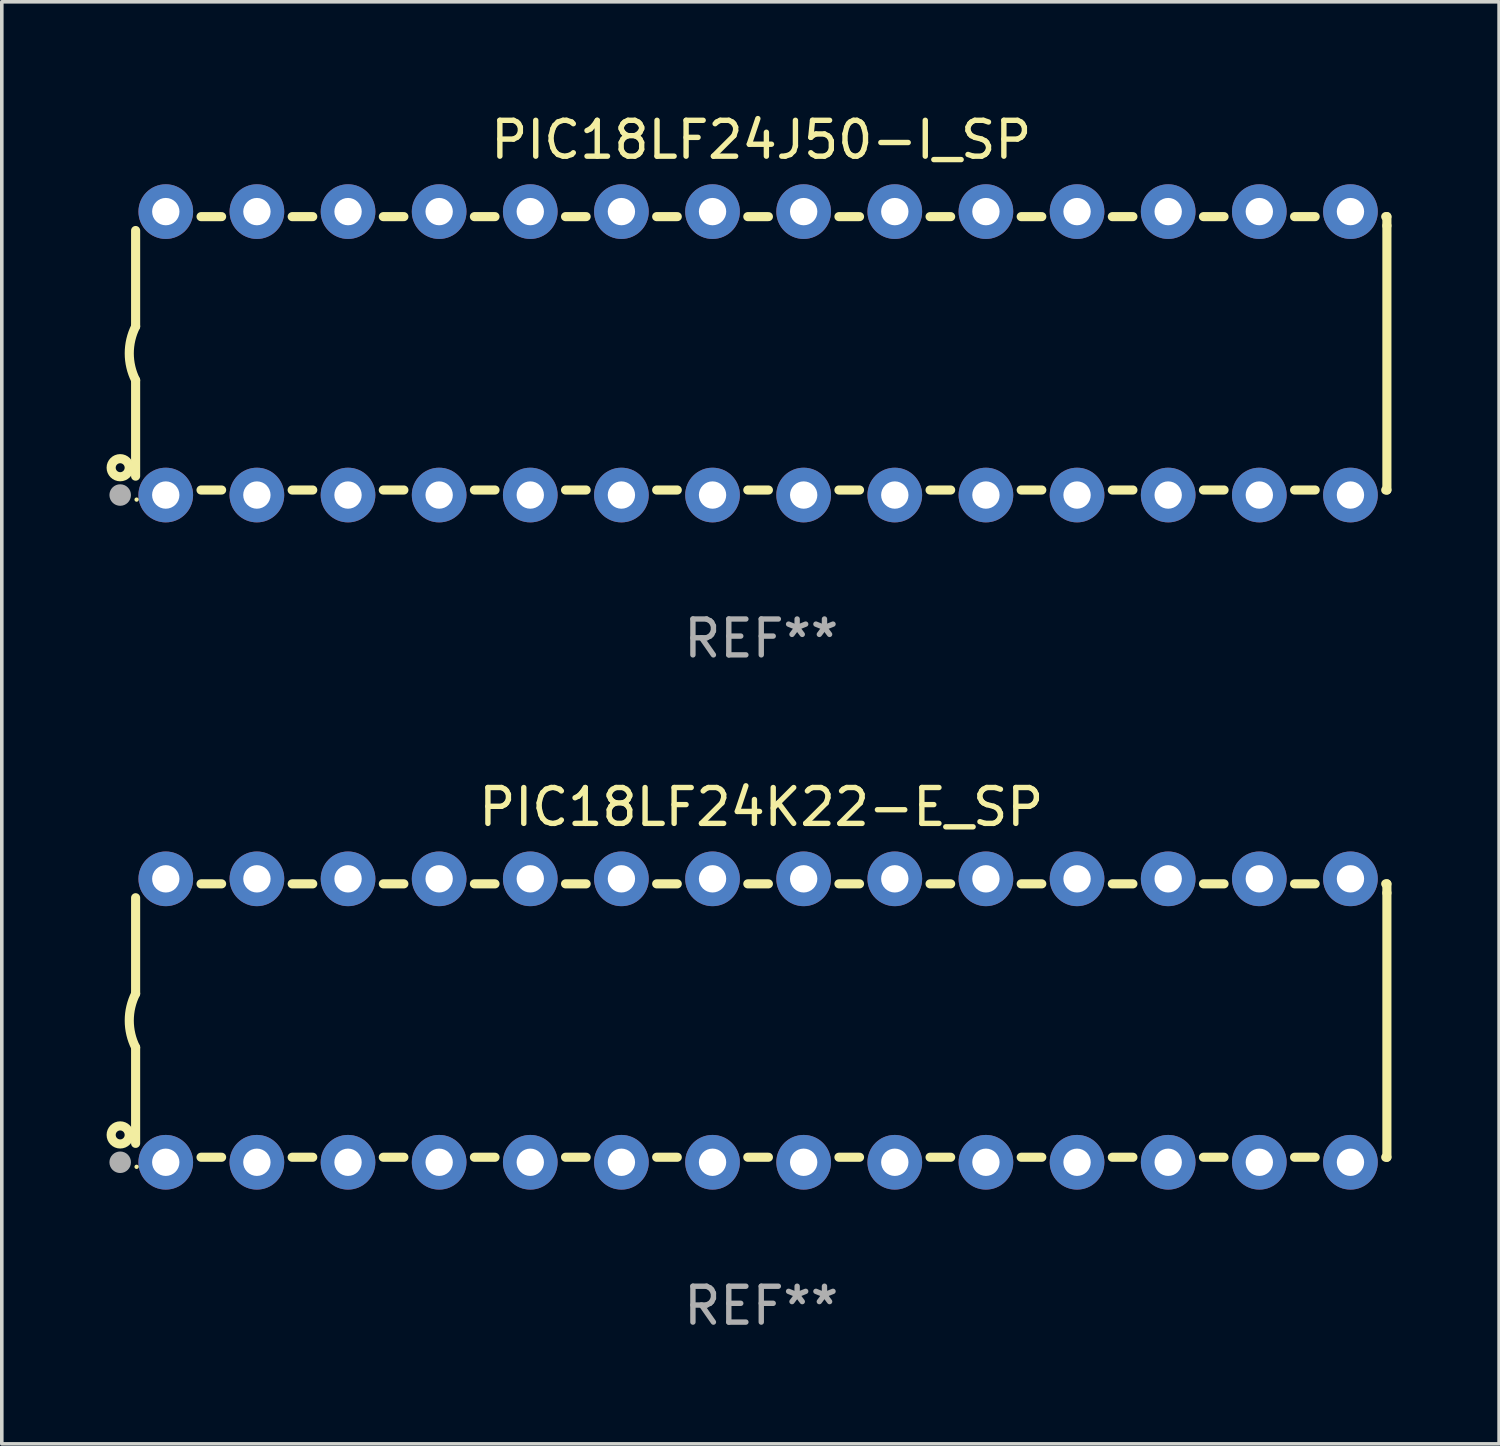
<source format=kicad_pcb>
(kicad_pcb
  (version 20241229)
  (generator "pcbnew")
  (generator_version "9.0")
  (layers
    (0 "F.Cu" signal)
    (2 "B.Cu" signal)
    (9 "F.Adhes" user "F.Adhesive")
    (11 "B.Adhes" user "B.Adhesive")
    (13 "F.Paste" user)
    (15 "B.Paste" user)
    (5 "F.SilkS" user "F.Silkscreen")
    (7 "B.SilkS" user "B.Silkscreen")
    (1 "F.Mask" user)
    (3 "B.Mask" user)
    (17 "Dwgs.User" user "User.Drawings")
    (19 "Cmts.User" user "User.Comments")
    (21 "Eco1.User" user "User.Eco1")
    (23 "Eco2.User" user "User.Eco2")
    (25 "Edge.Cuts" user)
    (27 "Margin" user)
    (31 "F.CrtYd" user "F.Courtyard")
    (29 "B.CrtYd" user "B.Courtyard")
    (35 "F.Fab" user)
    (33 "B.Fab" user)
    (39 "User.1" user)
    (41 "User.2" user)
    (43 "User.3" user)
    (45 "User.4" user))
  (footprint "PIC18LF24K22-E_SP"
    (layer "F.Cu")
    (at 18.168 25.395)
    (property "Reference" "PIC18LF24K22-E_SP" (at 0 -5.95 0) (layer "F.SilkS") (effects (font (size 1 1) (thickness 0.15))))
    (attr through_hole)
    (fp_line (start -17.438 0.75) (end -17.438 3.423) (stroke (width 0.254) (type solid)) (layer "F.SilkS"))
    (fp_line (start -17.438 -3.423) (end -17.438 -0.75) (stroke (width 0.254) (type solid)) (layer "F.SilkS"))
    (fp_line (start -15.615 3.81) (end -15.041 3.81) (stroke (width 0.254) (type solid)) (layer "F.SilkS"))
    (fp_line (start -15.041 -3.81) (end -15.614 -3.81) (stroke (width 0.254) (type solid)) (layer "F.SilkS"))
    (fp_line (start -13.075 3.81) (end -12.501 3.81) (stroke (width 0.254) (type solid)) (layer "F.SilkS"))
    (fp_line (start -12.501 -3.81) (end -13.074 -3.81) (stroke (width 0.254) (type solid)) (layer "F.SilkS"))
    (fp_line (start -10.535 3.81) (end -9.961 3.81) (stroke (width 0.254) (type solid)) (layer "F.SilkS"))
    (fp_line (start -9.961 -3.81) (end -10.534 -3.81) (stroke (width 0.254) (type solid)) (layer "F.SilkS"))
    (fp_line (start -7.995 3.81) (end -7.421 3.81) (stroke (width 0.254) (type solid)) (layer "F.SilkS"))
    (fp_line (start -7.421 -3.81) (end -7.995 -3.81) (stroke (width 0.254) (type solid)) (layer "F.SilkS"))
    (fp_line (start -5.455 3.81) (end -4.881 3.81) (stroke (width 0.254) (type solid)) (layer "F.SilkS"))
    (fp_line (start -4.881 -3.81) (end -5.455 -3.81) (stroke (width 0.254) (type solid)) (layer "F.SilkS"))
    (fp_line (start -2.915 3.81) (end -2.341 3.81) (stroke (width 0.254) (type solid)) (layer "F.SilkS"))
    (fp_line (start -2.341 -3.81) (end -2.915 -3.81) (stroke (width 0.254) (type solid)) (layer "F.SilkS"))
    (fp_line (start -0.375 3.81) (end 0.199 3.81) (stroke (width 0.254) (type solid)) (layer "F.SilkS"))
    (fp_line (start 0.199 -3.81) (end -0.375 -3.81) (stroke (width 0.254) (type solid)) (layer "F.SilkS"))
    (fp_line (start 2.165 3.81) (end 2.739 3.81) (stroke (width 0.254) (type solid)) (layer "F.SilkS"))
    (fp_line (start 2.739 -3.81) (end 2.165 -3.81) (stroke (width 0.254) (type solid)) (layer "F.SilkS"))
    (fp_line (start 4.705 3.81) (end 5.279 3.81) (stroke (width 0.254) (type solid)) (layer "F.SilkS"))
    (fp_line (start 5.279 -3.81) (end 4.705 -3.81) (stroke (width 0.254) (type solid)) (layer "F.SilkS"))
    (fp_line (start 7.245 3.81) (end 7.819 3.81) (stroke (width 0.254) (type solid)) (layer "F.SilkS"))
    (fp_line (start 7.819 -3.81) (end 7.245 -3.81) (stroke (width 0.254) (type solid)) (layer "F.SilkS"))
    (fp_line (start 9.785 3.81) (end 10.359 3.81) (stroke (width 0.254) (type solid)) (layer "F.SilkS"))
    (fp_line (start 10.359 -3.81) (end 9.785 -3.81) (stroke (width 0.254) (type solid)) (layer "F.SilkS"))
    (fp_line (start 12.325 3.81) (end 12.899 3.81) (stroke (width 0.254) (type solid)) (layer "F.SilkS"))
    (fp_line (start 12.899 -3.81) (end 12.325 -3.81) (stroke (width 0.254) (type solid)) (layer "F.SilkS"))
    (fp_line (start 14.865 3.81) (end 15.439 3.81) (stroke (width 0.254) (type solid)) (layer "F.SilkS"))
    (fp_line (start 15.439 -3.81) (end 14.865 -3.81) (stroke (width 0.254) (type solid)) (layer "F.SilkS"))
    (fp_line (start 17.405 3.81) (end 17.438 3.81) (stroke (width 0.254) (type solid)) (layer "F.SilkS"))
    (fp_line (start 17.438 -3.81) (end 17.405 -3.81) (stroke (width 0.254) (type solid)) (layer "F.SilkS"))
    (fp_line (start 17.438 -3.556) (end 17.438 -3.81) (stroke (width 0.254) (type solid)) (layer "F.SilkS"))
    (fp_line (start 17.438 3.81) (end 17.438 -3.556) (stroke (width 0.254) (type solid)) (layer "F.SilkS"))
    (fp_arc (start -17.437986 0.749657) (mid -17.614887 -0.000024) (end -17.437783 -0.749657) (stroke (width 0.254001) (type solid)) (layer "F.SilkS"))
    (fp_circle (center -17.868 3.188) (end -17.743 3.188) (stroke (width 0.254) (type solid)) (fill no) (layer "F.SilkS"))
    (fp_circle (center -17.411 4.077) (end -17.381 4.077) (stroke (width 0.06) (type solid)) (fill no) (layer "F.SilkS"))
    (fp_circle (center -17.868 3.95) (end -17.718 3.95) (stroke (width 0.3) (type solid)) (fill no) (layer "F.Fab"))
    (fp_text user "REF**" (at 0 7.95 0) (layer "F.Fab") (effects (font (size 1 1) (thickness 0.15))))
    (pad "1" thru_hole circle (at -16.598 3.95) (size 1.524 1.524) (drill 0.762) (layers "*.Cu" "*.Mask"))
    (pad "2" thru_hole circle (at -14.058 3.95) (size 1.524 1.524) (drill 0.762) (layers "*.Cu" "*.Mask"))
    (pad "3" thru_hole circle (at -11.518 3.95) (size 1.524 1.524) (drill 0.762) (layers "*.Cu" "*.Mask"))
    (pad "4" thru_hole circle (at -8.978 3.95) (size 1.524 1.524) (drill 0.762) (layers "*.Cu" "*.Mask"))
    (pad "5" thru_hole circle (at -6.438 3.95) (size 1.524 1.524) (drill 0.762) (layers "*.Cu" "*.Mask"))
    (pad "6" thru_hole circle (at -3.898 3.95) (size 1.524 1.524) (drill 0.762) (layers "*.Cu" "*.Mask"))
    (pad "7" thru_hole circle (at -1.358 3.95) (size 1.524 1.524) (drill 0.762) (layers "*.Cu" "*.Mask"))
    (pad "8" thru_hole circle (at 1.182 3.95) (size 1.524 1.524) (drill 0.762) (layers "*.Cu" "*.Mask"))
    (pad "9" thru_hole circle (at 3.722 3.95) (size 1.524 1.524) (drill 0.762) (layers "*.Cu" "*.Mask"))
    (pad "10" thru_hole circle (at 6.262 3.95) (size 1.524 1.524) (drill 0.762) (layers "*.Cu" "*.Mask"))
    (pad "11" thru_hole circle (at 8.802 3.95) (size 1.524 1.524) (drill 0.762) (layers "*.Cu" "*.Mask"))
    (pad "12" thru_hole circle (at 11.342 3.95) (size 1.524 1.524) (drill 0.762) (layers "*.Cu" "*.Mask"))
    (pad "13" thru_hole circle (at 13.882 3.95) (size 1.524 1.524) (drill 0.762) (layers "*.Cu" "*.Mask"))
    (pad "14" thru_hole circle (at 16.422 3.95) (size 1.524 1.524) (drill 0.762) (layers "*.Cu" "*.Mask"))
    (pad "15" thru_hole circle (at 16.422 -3.95) (size 1.524 1.524) (drill 0.762) (layers "*.Cu" "*.Mask"))
    (pad "16" thru_hole circle (at 13.882 -3.95) (size 1.524 1.524) (drill 0.762) (layers "*.Cu" "*.Mask"))
    (pad "17" thru_hole circle (at 11.342 -3.95) (size 1.524 1.524) (drill 0.762) (layers "*.Cu" "*.Mask"))
    (pad "18" thru_hole circle (at 8.802 -3.95) (size 1.524 1.524) (drill 0.762) (layers "*.Cu" "*.Mask"))
    (pad "19" thru_hole circle (at 6.262 -3.95) (size 1.524 1.524) (drill 0.762) (layers "*.Cu" "*.Mask"))
    (pad "20" thru_hole circle (at 3.722 -3.95) (size 1.524 1.524) (drill 0.762) (layers "*.Cu" "*.Mask"))
    (pad "21" thru_hole circle (at 1.182 -3.95) (size 1.524 1.524) (drill 0.762) (layers "*.Cu" "*.Mask"))
    (pad "22" thru_hole circle (at -1.358 -3.95) (size 1.524 1.524) (drill 0.762) (layers "*.Cu" "*.Mask"))
    (pad "23" thru_hole circle (at -3.898 -3.95) (size 1.524 1.524) (drill 0.762) (layers "*.Cu" "*.Mask"))
    (pad "24" thru_hole circle (at -6.438 -3.95) (size 1.524 1.524) (drill 0.762) (layers "*.Cu" "*.Mask"))
    (pad "25" thru_hole circle (at -8.978 -3.95) (size 1.524 1.524) (drill 0.762) (layers "*.Cu" "*.Mask"))
    (pad "26" thru_hole circle (at -11.517 -3.95) (size 1.524 1.524) (drill 0.762) (layers "*.Cu" "*.Mask"))
    (pad "27" thru_hole circle (at -14.057 -3.95) (size 1.524 1.524) (drill 0.762) (layers "*.Cu" "*.Mask"))
    (pad "28" thru_hole circle (at -16.597 -3.95) (size 1.524 1.524) (drill 0.762) (layers "*.Cu" "*.Mask")))
  (footprint "PIC18LF24J50-I_SP"
    (layer "F.Cu")
    (at 18.168 6.798)
    (property "Reference" "PIC18LF24J50-I_SP" (at 0 -5.95 0) (layer "F.SilkS") (effects (font (size 1 1) (thickness 0.15))))
    (attr through_hole)
    (fp_line (start -17.438 0.75) (end -17.438 3.423) (stroke (width 0.254) (type solid)) (layer "F.SilkS"))
    (fp_line (start -17.438 -3.423) (end -17.438 -0.75) (stroke (width 0.254) (type solid)) (layer "F.SilkS"))
    (fp_line (start -15.615 3.81) (end -15.041 3.81) (stroke (width 0.254) (type solid)) (layer "F.SilkS"))
    (fp_line (start -15.041 -3.81) (end -15.614 -3.81) (stroke (width 0.254) (type solid)) (layer "F.SilkS"))
    (fp_line (start -13.075 3.81) (end -12.501 3.81) (stroke (width 0.254) (type solid)) (layer "F.SilkS"))
    (fp_line (start -12.501 -3.81) (end -13.074 -3.81) (stroke (width 0.254) (type solid)) (layer "F.SilkS"))
    (fp_line (start -10.535 3.81) (end -9.961 3.81) (stroke (width 0.254) (type solid)) (layer "F.SilkS"))
    (fp_line (start -9.961 -3.81) (end -10.534 -3.81) (stroke (width 0.254) (type solid)) (layer "F.SilkS"))
    (fp_line (start -7.995 3.81) (end -7.421 3.81) (stroke (width 0.254) (type solid)) (layer "F.SilkS"))
    (fp_line (start -7.421 -3.81) (end -7.995 -3.81) (stroke (width 0.254) (type solid)) (layer "F.SilkS"))
    (fp_line (start -5.455 3.81) (end -4.881 3.81) (stroke (width 0.254) (type solid)) (layer "F.SilkS"))
    (fp_line (start -4.881 -3.81) (end -5.455 -3.81) (stroke (width 0.254) (type solid)) (layer "F.SilkS"))
    (fp_line (start -2.915 3.81) (end -2.341 3.81) (stroke (width 0.254) (type solid)) (layer "F.SilkS"))
    (fp_line (start -2.341 -3.81) (end -2.915 -3.81) (stroke (width 0.254) (type solid)) (layer "F.SilkS"))
    (fp_line (start -0.375 3.81) (end 0.199 3.81) (stroke (width 0.254) (type solid)) (layer "F.SilkS"))
    (fp_line (start 0.199 -3.81) (end -0.375 -3.81) (stroke (width 0.254) (type solid)) (layer "F.SilkS"))
    (fp_line (start 2.165 3.81) (end 2.739 3.81) (stroke (width 0.254) (type solid)) (layer "F.SilkS"))
    (fp_line (start 2.739 -3.81) (end 2.165 -3.81) (stroke (width 0.254) (type solid)) (layer "F.SilkS"))
    (fp_line (start 4.705 3.81) (end 5.279 3.81) (stroke (width 0.254) (type solid)) (layer "F.SilkS"))
    (fp_line (start 5.279 -3.81) (end 4.705 -3.81) (stroke (width 0.254) (type solid)) (layer "F.SilkS"))
    (fp_line (start 7.245 3.81) (end 7.819 3.81) (stroke (width 0.254) (type solid)) (layer "F.SilkS"))
    (fp_line (start 7.819 -3.81) (end 7.245 -3.81) (stroke (width 0.254) (type solid)) (layer "F.SilkS"))
    (fp_line (start 9.785 3.81) (end 10.359 3.81) (stroke (width 0.254) (type solid)) (layer "F.SilkS"))
    (fp_line (start 10.359 -3.81) (end 9.785 -3.81) (stroke (width 0.254) (type solid)) (layer "F.SilkS"))
    (fp_line (start 12.325 3.81) (end 12.899 3.81) (stroke (width 0.254) (type solid)) (layer "F.SilkS"))
    (fp_line (start 12.899 -3.81) (end 12.325 -3.81) (stroke (width 0.254) (type solid)) (layer "F.SilkS"))
    (fp_line (start 14.865 3.81) (end 15.439 3.81) (stroke (width 0.254) (type solid)) (layer "F.SilkS"))
    (fp_line (start 15.439 -3.81) (end 14.865 -3.81) (stroke (width 0.254) (type solid)) (layer "F.SilkS"))
    (fp_line (start 17.405 3.81) (end 17.438 3.81) (stroke (width 0.254) (type solid)) (layer "F.SilkS"))
    (fp_line (start 17.438 -3.81) (end 17.405 -3.81) (stroke (width 0.254) (type solid)) (layer "F.SilkS"))
    (fp_line (start 17.438 -3.556) (end 17.438 -3.81) (stroke (width 0.254) (type solid)) (layer "F.SilkS"))
    (fp_line (start 17.438 3.81) (end 17.438 -3.556) (stroke (width 0.254) (type solid)) (layer "F.SilkS"))
    (fp_arc (start -17.437986 0.749657) (mid -17.614887 -0.000024) (end -17.437783 -0.749657) (stroke (width 0.254001) (type solid)) (layer "F.SilkS"))
    (fp_circle (center -17.868 3.188) (end -17.743 3.188) (stroke (width 0.254) (type solid)) (fill no) (layer "F.SilkS"))
    (fp_circle (center -17.411 4.077) (end -17.381 4.077) (stroke (width 0.06) (type solid)) (fill no) (layer "F.SilkS"))
    (fp_circle (center -17.868 3.95) (end -17.718 3.95) (stroke (width 0.3) (type solid)) (fill no) (layer "F.Fab"))
    (fp_text user "REF**" (at 0 7.95 0) (layer "F.Fab") (effects (font (size 1 1) (thickness 0.15))))
    (pad "1" thru_hole circle (at -16.598 3.95) (size 1.524 1.524) (drill 0.762) (layers "*.Cu" "*.Mask"))
    (pad "2" thru_hole circle (at -14.058 3.95) (size 1.524 1.524) (drill 0.762) (layers "*.Cu" "*.Mask"))
    (pad "3" thru_hole circle (at -11.518 3.95) (size 1.524 1.524) (drill 0.762) (layers "*.Cu" "*.Mask"))
    (pad "4" thru_hole circle (at -8.978 3.95) (size 1.524 1.524) (drill 0.762) (layers "*.Cu" "*.Mask"))
    (pad "5" thru_hole circle (at -6.438 3.95) (size 1.524 1.524) (drill 0.762) (layers "*.Cu" "*.Mask"))
    (pad "6" thru_hole circle (at -3.898 3.95) (size 1.524 1.524) (drill 0.762) (layers "*.Cu" "*.Mask"))
    (pad "7" thru_hole circle (at -1.358 3.95) (size 1.524 1.524) (drill 0.762) (layers "*.Cu" "*.Mask"))
    (pad "8" thru_hole circle (at 1.182 3.95) (size 1.524 1.524) (drill 0.762) (layers "*.Cu" "*.Mask"))
    (pad "9" thru_hole circle (at 3.722 3.95) (size 1.524 1.524) (drill 0.762) (layers "*.Cu" "*.Mask"))
    (pad "10" thru_hole circle (at 6.262 3.95) (size 1.524 1.524) (drill 0.762) (layers "*.Cu" "*.Mask"))
    (pad "11" thru_hole circle (at 8.802 3.95) (size 1.524 1.524) (drill 0.762) (layers "*.Cu" "*.Mask"))
    (pad "12" thru_hole circle (at 11.342 3.95) (size 1.524 1.524) (drill 0.762) (layers "*.Cu" "*.Mask"))
    (pad "13" thru_hole circle (at 13.882 3.95) (size 1.524 1.524) (drill 0.762) (layers "*.Cu" "*.Mask"))
    (pad "14" thru_hole circle (at 16.422 3.95) (size 1.524 1.524) (drill 0.762) (layers "*.Cu" "*.Mask"))
    (pad "15" thru_hole circle (at 16.422 -3.95) (size 1.524 1.524) (drill 0.762) (layers "*.Cu" "*.Mask"))
    (pad "16" thru_hole circle (at 13.882 -3.95) (size 1.524 1.524) (drill 0.762) (layers "*.Cu" "*.Mask"))
    (pad "17" thru_hole circle (at 11.342 -3.95) (size 1.524 1.524) (drill 0.762) (layers "*.Cu" "*.Mask"))
    (pad "18" thru_hole circle (at 8.802 -3.95) (size 1.524 1.524) (drill 0.762) (layers "*.Cu" "*.Mask"))
    (pad "19" thru_hole circle (at 6.262 -3.95) (size 1.524 1.524) (drill 0.762) (layers "*.Cu" "*.Mask"))
    (pad "20" thru_hole circle (at 3.722 -3.95) (size 1.524 1.524) (drill 0.762) (layers "*.Cu" "*.Mask"))
    (pad "21" thru_hole circle (at 1.182 -3.95) (size 1.524 1.524) (drill 0.762) (layers "*.Cu" "*.Mask"))
    (pad "22" thru_hole circle (at -1.358 -3.95) (size 1.524 1.524) (drill 0.762) (layers "*.Cu" "*.Mask"))
    (pad "23" thru_hole circle (at -3.898 -3.95) (size 1.524 1.524) (drill 0.762) (layers "*.Cu" "*.Mask"))
    (pad "24" thru_hole circle (at -6.438 -3.95) (size 1.524 1.524) (drill 0.762) (layers "*.Cu" "*.Mask"))
    (pad "25" thru_hole circle (at -8.978 -3.95) (size 1.524 1.524) (drill 0.762) (layers "*.Cu" "*.Mask"))
    (pad "26" thru_hole circle (at -11.517 -3.95) (size 1.524 1.524) (drill 0.762) (layers "*.Cu" "*.Mask"))
    (pad "27" thru_hole circle (at -14.057 -3.95) (size 1.524 1.524) (drill 0.762) (layers "*.Cu" "*.Mask"))
    (pad "28" thru_hole circle (at -16.597 -3.95) (size 1.524 1.524) (drill 0.762) (layers "*.Cu" "*.Mask")))
  (gr_rect
    (start -3 -3)
    (end 38.733 37.193)
    (stroke (width 0.1) (type default))
    (fill no)
    (layer "Edge.Cuts")))
</source>
